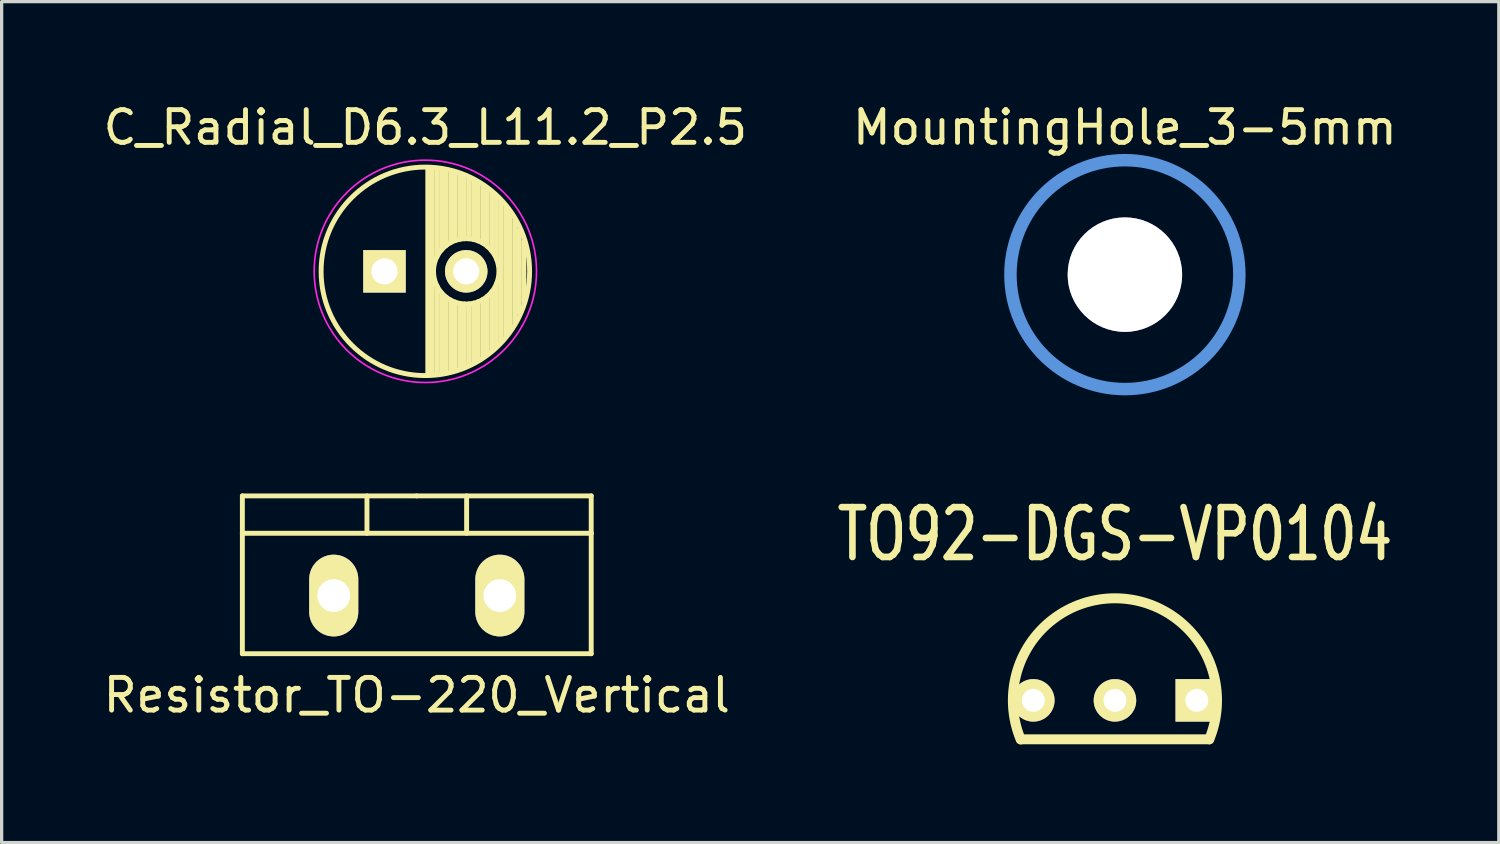
<source format=kicad_pcb>
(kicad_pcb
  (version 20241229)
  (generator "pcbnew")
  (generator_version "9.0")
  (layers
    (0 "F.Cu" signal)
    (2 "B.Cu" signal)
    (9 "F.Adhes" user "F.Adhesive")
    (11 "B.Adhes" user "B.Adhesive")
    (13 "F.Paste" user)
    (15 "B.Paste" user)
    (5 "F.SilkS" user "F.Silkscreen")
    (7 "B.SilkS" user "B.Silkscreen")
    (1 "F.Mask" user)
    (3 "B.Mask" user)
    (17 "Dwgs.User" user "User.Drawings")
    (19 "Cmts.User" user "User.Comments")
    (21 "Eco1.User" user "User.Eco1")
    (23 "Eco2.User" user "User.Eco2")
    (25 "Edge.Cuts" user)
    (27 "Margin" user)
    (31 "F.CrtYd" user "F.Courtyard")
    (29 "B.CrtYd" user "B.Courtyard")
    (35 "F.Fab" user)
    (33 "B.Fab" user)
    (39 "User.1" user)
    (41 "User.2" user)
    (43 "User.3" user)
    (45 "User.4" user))
  (footprint "MountingHole_3-5mm"
    (layer "F.Cu")
    (at 31.351 5.349)
    (property "Reference" "MountingHole_3-5mm" (at 0 -4.501 0) (layer "F.SilkS") (effects (font (size 1 1) (thickness 0.15))))
    (attr through_hole)
    (fp_circle (center 0 0) (end 3.5 0) (stroke (width 0.381) (type solid)) (fill no) (layer "Cmts.User"))
    (pad "" thru_hole circle (at 0 0) (size 3.5 3.5) (drill 3.5) (layers)))
  (footprint "TO92-DGS-VP0104"
    (layer "F.Cu")
    (at 31.047 18.368)
    (property "Reference" "TO92-DGS-VP0104" (at 0 -5.08 0) (layer "F.SilkS") (effects (font (size 1.524 1.143) (thickness 0.203))))
    (attr through_hole)
    (fp_line (start 2.883 1.191) (end -2.878 1.191) (stroke (width 0.305) (type solid)) (layer "F.SilkS"))
    (fp_arc (start -2.8829 1.19634) (mid -0.002036 -3.121272) (end 2.884458 1.192578) (stroke (width 0.3048) (type solid)) (layer "F.SilkS"))
    (pad "1" thru_hole rect (at 2.502 0) (size 1.3 1.3) (drill 0.701) (layers "*.Cu" "*.Mask" "F.SilkS"))
    (pad "2" thru_hole circle (at 0 0) (size 1.3 1.3) (drill 0.701) (layers "*.Cu" "*.Mask" "F.SilkS"))
    (pad "3" thru_hole circle (at -2.497 0) (size 1.3 1.3) (drill 0.701) (layers "*.Cu" "*.Mask" "F.SilkS")))
  (footprint "C_Radial_D6.3_L11.2_P2.5"
    (layer "F.Cu")
    (at 8.708 5.248)
    (property "Reference" "C_Radial_D6.3_L11.2_P2.5" (at 1.25 -4.4 0) (layer "F.SilkS") (effects (font (size 1 1) (thickness 0.15))))
    (attr through_hole)
    (fp_line (start 1.325 -3.149) (end 1.325 3.149) (stroke (width 0.15) (type solid)) (layer "F.SilkS"))
    (fp_line (start 1.465 -3.143) (end 1.465 3.143) (stroke (width 0.15) (type solid)) (layer "F.SilkS"))
    (fp_line (start 1.605 -3.13) (end 1.605 -0.446) (stroke (width 0.15) (type solid)) (layer "F.SilkS"))
    (fp_line (start 1.605 0.446) (end 1.605 3.13) (stroke (width 0.15) (type solid)) (layer "F.SilkS"))
    (fp_line (start 1.745 -3.111) (end 1.745 -0.656) (stroke (width 0.15) (type solid)) (layer "F.SilkS"))
    (fp_line (start 1.745 0.656) (end 1.745 3.111) (stroke (width 0.15) (type solid)) (layer "F.SilkS"))
    (fp_line (start 1.885 -3.085) (end 1.885 -0.789) (stroke (width 0.15) (type solid)) (layer "F.SilkS"))
    (fp_line (start 1.885 0.789) (end 1.885 3.085) (stroke (width 0.15) (type solid)) (layer "F.SilkS"))
    (fp_line (start 2.025 -3.053) (end 2.025 -0.88) (stroke (width 0.15) (type solid)) (layer "F.SilkS"))
    (fp_line (start 2.025 0.88) (end 2.025 3.053) (stroke (width 0.15) (type solid)) (layer "F.SilkS"))
    (fp_line (start 2.165 -3.014) (end 2.165 -0.942) (stroke (width 0.15) (type solid)) (layer "F.SilkS"))
    (fp_line (start 2.165 0.942) (end 2.165 3.014) (stroke (width 0.15) (type solid)) (layer "F.SilkS"))
    (fp_line (start 2.305 -2.968) (end 2.305 -0.981) (stroke (width 0.15) (type solid)) (layer "F.SilkS"))
    (fp_line (start 2.305 0.981) (end 2.305 2.968) (stroke (width 0.15) (type solid)) (layer "F.SilkS"))
    (fp_line (start 2.445 -2.915) (end 2.445 -0.998) (stroke (width 0.15) (type solid)) (layer "F.SilkS"))
    (fp_line (start 2.445 0.998) (end 2.445 2.915) (stroke (width 0.15) (type solid)) (layer "F.SilkS"))
    (fp_line (start 2.585 -2.853) (end 2.585 -0.996) (stroke (width 0.15) (type solid)) (layer "F.SilkS"))
    (fp_line (start 2.585 0.996) (end 2.585 2.853) (stroke (width 0.15) (type solid)) (layer "F.SilkS"))
    (fp_line (start 2.725 -2.783) (end 2.725 -0.974) (stroke (width 0.15) (type solid)) (layer "F.SilkS"))
    (fp_line (start 2.725 0.974) (end 2.725 2.783) (stroke (width 0.15) (type solid)) (layer "F.SilkS"))
    (fp_line (start 2.865 -2.704) (end 2.865 -0.931) (stroke (width 0.15) (type solid)) (layer "F.SilkS"))
    (fp_line (start 2.865 0.931) (end 2.865 2.704) (stroke (width 0.15) (type solid)) (layer "F.SilkS"))
    (fp_line (start 3.005 -2.616) (end 3.005 -0.863) (stroke (width 0.15) (type solid)) (layer "F.SilkS"))
    (fp_line (start 3.005 0.863) (end 3.005 2.616) (stroke (width 0.15) (type solid)) (layer "F.SilkS"))
    (fp_line (start 3.145 -2.516) (end 3.145 -0.764) (stroke (width 0.15) (type solid)) (layer "F.SilkS"))
    (fp_line (start 3.145 0.764) (end 3.145 2.516) (stroke (width 0.15) (type solid)) (layer "F.SilkS"))
    (fp_line (start 3.285 -2.404) (end 3.285 -0.619) (stroke (width 0.15) (type solid)) (layer "F.SilkS"))
    (fp_line (start 3.285 0.619) (end 3.285 2.404) (stroke (width 0.15) (type solid)) (layer "F.SilkS"))
    (fp_line (start 3.425 -2.279) (end 3.425 -0.38) (stroke (width 0.15) (type solid)) (layer "F.SilkS"))
    (fp_line (start 3.425 0.38) (end 3.425 2.279) (stroke (width 0.15) (type solid)) (layer "F.SilkS"))
    (fp_line (start 3.565 -2.136) (end 3.565 2.136) (stroke (width 0.15) (type solid)) (layer "F.SilkS"))
    (fp_line (start 3.705 -1.974) (end 3.705 1.974) (stroke (width 0.15) (type solid)) (layer "F.SilkS"))
    (fp_line (start 3.845 -1.786) (end 3.845 1.786) (stroke (width 0.15) (type solid)) (layer "F.SilkS"))
    (fp_line (start 3.985 -1.563) (end 3.985 1.563) (stroke (width 0.15) (type solid)) (layer "F.SilkS"))
    (fp_line (start 4.125 -1.287) (end 4.125 1.287) (stroke (width 0.15) (type solid)) (layer "F.SilkS"))
    (fp_line (start 4.265 -0.912) (end 4.265 0.912) (stroke (width 0.15) (type solid)) (layer "F.SilkS"))
    (fp_circle (center 1.25 0) (end 1.25 -3.188) (stroke (width 0.15) (type solid)) (fill no) (layer "F.SilkS"))
    (fp_circle (center 2.5 0) (end 2.5 -1) (stroke (width 0.15) (type solid)) (fill no) (layer "F.SilkS"))
    (fp_circle (center 1.25 0) (end 1.25 -3.4) (stroke (width 0.05) (type solid)) (fill no) (layer "F.CrtYd"))
    (pad "1" thru_hole rect (at 0 0) (size 1.3 1.3) (drill 0.8) (layers "*.Cu" "*.Mask" "F.SilkS"))
    (pad "2" thru_hole circle (at 2.5 0) (size 1.3 1.3) (drill 0.8) (layers "*.Cu" "*.Mask" "F.SilkS")))
  (footprint "Resistor_TO-220_Vertical"
    (layer "F.Cu")
    (at 9.696 15.163)
    (property "Reference" "Resistor_TO-220_Vertical" (at 0 3.048 0) (layer "F.SilkS") (effects (font (size 1 1) (thickness 0.15))))
    (attr through_hole)
    (fp_line (start -5.334 -1.905) (end -5.334 -3.048) (stroke (width 0.15) (type solid)) (layer "F.SilkS"))
    (fp_line (start -5.334 1.778) (end -5.334 -1.905) (stroke (width 0.15) (type solid)) (layer "F.SilkS"))
    (fp_line (start -1.524 -3.048) (end -1.524 -1.905) (stroke (width 0.15) (type solid)) (layer "F.SilkS"))
    (fp_line (start 0 -3.048) (end -5.334 -3.048) (stroke (width 0.15) (type solid)) (layer "F.SilkS"))
    (fp_line (start 0 -3.048) (end 5.334 -3.048) (stroke (width 0.15) (type solid)) (layer "F.SilkS"))
    (fp_line (start 1.524 -3.048) (end 1.524 -1.905) (stroke (width 0.15) (type solid)) (layer "F.SilkS"))
    (fp_line (start 5.334 -3.048) (end 5.334 -1.905) (stroke (width 0.15) (type solid)) (layer "F.SilkS"))
    (fp_line (start 5.334 -1.905) (end -5.334 -1.905) (stroke (width 0.15) (type solid)) (layer "F.SilkS"))
    (fp_line (start 5.334 -1.905) (end 5.334 1.778) (stroke (width 0.15) (type solid)) (layer "F.SilkS"))
    (fp_line (start 5.334 1.778) (end -5.334 1.778) (stroke (width 0.15) (type solid)) (layer "F.SilkS"))
    (pad "1" thru_hole oval (at -2.54 0 90) (size 2.499 1.501) (drill 1.001) (layers "*.Cu" "*.Mask" "F.SilkS"))
    (pad "2" thru_hole oval (at 2.54 0 90) (size 2.499 1.501) (drill 1.001) (layers "*.Cu" "*.Mask" "F.SilkS")))
  (gr_rect
    (start -3 -3)
    (end 42.786 22.717)
    (stroke (width 0.1) (type default))
    (fill no)
    (layer "Edge.Cuts")))
</source>
